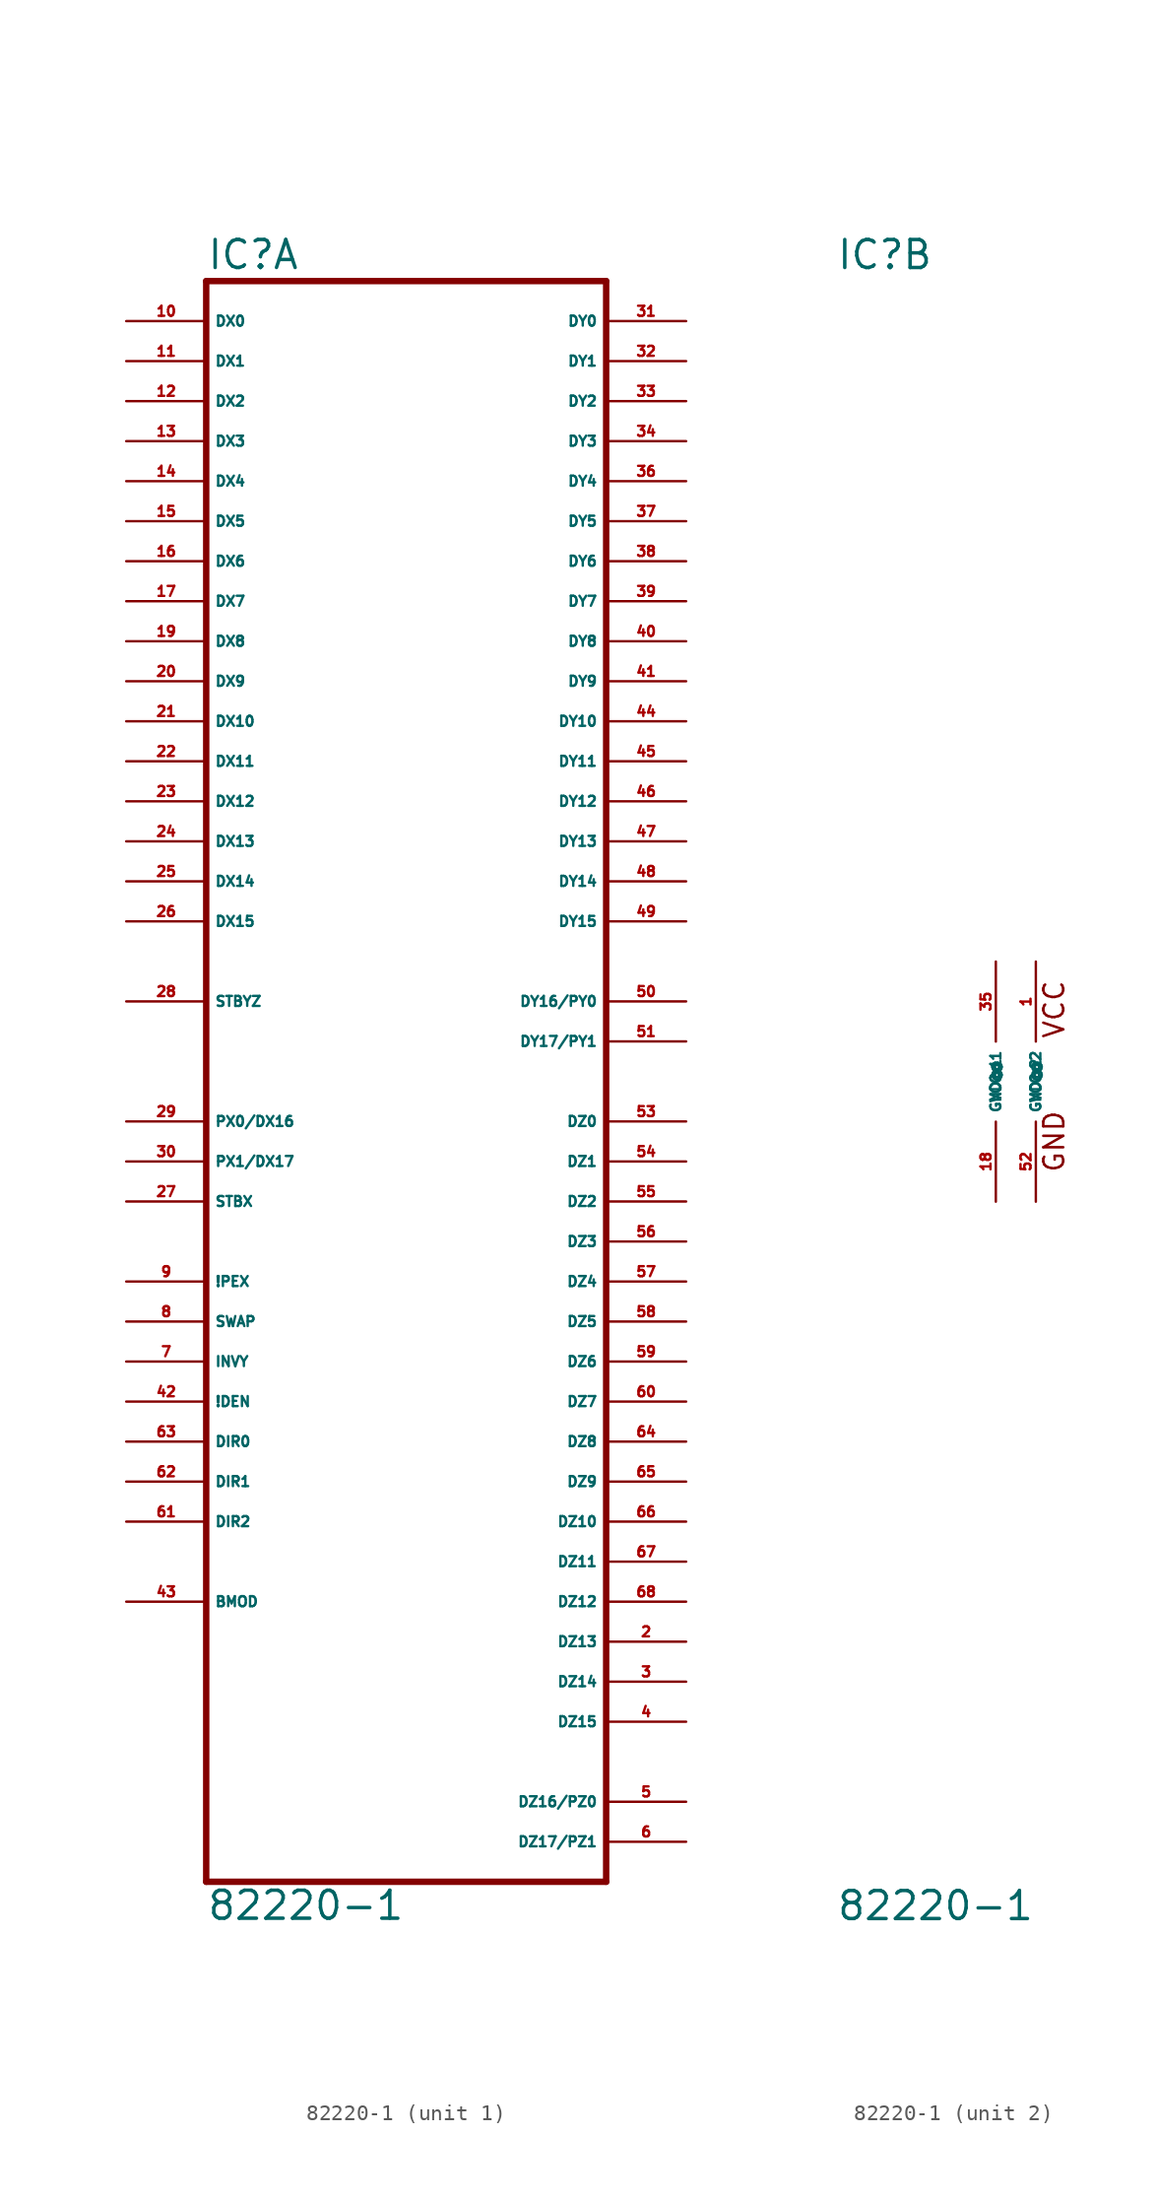
<source format=kicad_sym>
(kicad_symbol_lib
  (version 20220914)
  (generator Eagle2Kicad)
  (symbol "82220-1"
    (property "Reference" "IC"
      (at -12.7 51.435 0)
      (effects (font (size 1.778 1.778) (thickness 0.22)) (justify left bottom)))
    (property "Value" "82220-1"
      (at -12.7 -53.34 0)
      (effects (font (size 1.778 1.778) (thickness 0.22)) (justify left bottom)))
    (symbol "82220-1_1_0"
      (polyline (pts (xy 12.7 -50.8) (xy -12.7 -50.8)) (stroke (width 0.406) (type default)) (fill (type none)))
      (polyline (pts (xy -12.7 -50.8) (xy -12.7 50.8)) (stroke (width 0.406) (type default)) (fill (type none)))
      (polyline (pts (xy -12.7 50.8) (xy 12.7 50.8)) (stroke (width 0.406) (type default)) (fill (type none)))
      (polyline (pts (xy 12.7 50.8) (xy 12.7 -50.8)) (stroke (width 0.406) (type default)) (fill (type none)))
      (pin bidirectional line (at -17.78 48.26 0) (length 5.08) (name "DX0" (effects (font (size 0.635 0.635) (thickness 0.08)) (justify left bottom))) (number "10" (effects (font (size 0.635 0.635) (thickness 0.08)) (justify left bottom))))
      (pin bidirectional line (at -17.78 45.72 0) (length 5.08) (name "DX1" (effects (font (size 0.635 0.635) (thickness 0.08)) (justify left bottom))) (number "11" (effects (font (size 0.635 0.635) (thickness 0.08)) (justify left bottom))))
      (pin bidirectional line (at -17.78 43.18 0) (length 5.08) (name "DX2" (effects (font (size 0.635 0.635) (thickness 0.08)) (justify left bottom))) (number "12" (effects (font (size 0.635 0.635) (thickness 0.08)) (justify left bottom))))
      (pin bidirectional line (at -17.78 40.64 0) (length 5.08) (name "DX3" (effects (font (size 0.635 0.635) (thickness 0.08)) (justify left bottom))) (number "13" (effects (font (size 0.635 0.635) (thickness 0.08)) (justify left bottom))))
      (pin bidirectional line (at -17.78 38.1 0) (length 5.08) (name "DX4" (effects (font (size 0.635 0.635) (thickness 0.08)) (justify left bottom))) (number "14" (effects (font (size 0.635 0.635) (thickness 0.08)) (justify left bottom))))
      (pin bidirectional line (at -17.78 35.56 0) (length 5.08) (name "DX5" (effects (font (size 0.635 0.635) (thickness 0.08)) (justify left bottom))) (number "15" (effects (font (size 0.635 0.635) (thickness 0.08)) (justify left bottom))))
      (pin bidirectional line (at -17.78 33.02 0) (length 5.08) (name "DX6" (effects (font (size 0.635 0.635) (thickness 0.08)) (justify left bottom))) (number "16" (effects (font (size 0.635 0.635) (thickness 0.08)) (justify left bottom))))
      (pin bidirectional line (at -17.78 30.48 0) (length 5.08) (name "DX7" (effects (font (size 0.635 0.635) (thickness 0.08)) (justify left bottom))) (number "17" (effects (font (size 0.635 0.635) (thickness 0.08)) (justify left bottom))))
      (pin bidirectional line (at -17.78 27.94 0) (length 5.08) (name "DX8" (effects (font (size 0.635 0.635) (thickness 0.08)) (justify left bottom))) (number "19" (effects (font (size 0.635 0.635) (thickness 0.08)) (justify left bottom))))
      (pin bidirectional line (at -17.78 25.4 0) (length 5.08) (name "DX9" (effects (font (size 0.635 0.635) (thickness 0.08)) (justify left bottom))) (number "20" (effects (font (size 0.635 0.635) (thickness 0.08)) (justify left bottom))))
      (pin bidirectional line (at -17.78 22.86 0) (length 5.08) (name "DX10" (effects (font (size 0.635 0.635) (thickness 0.08)) (justify left bottom))) (number "21" (effects (font (size 0.635 0.635) (thickness 0.08)) (justify left bottom))))
      (pin bidirectional line (at -17.78 20.32 0) (length 5.08) (name "DX11" (effects (font (size 0.635 0.635) (thickness 0.08)) (justify left bottom))) (number "22" (effects (font (size 0.635 0.635) (thickness 0.08)) (justify left bottom))))
      (pin bidirectional line (at -17.78 17.78 0) (length 5.08) (name "DX12" (effects (font (size 0.635 0.635) (thickness 0.08)) (justify left bottom))) (number "23" (effects (font (size 0.635 0.635) (thickness 0.08)) (justify left bottom))))
      (pin bidirectional line (at -17.78 15.24 0) (length 5.08) (name "DX13" (effects (font (size 0.635 0.635) (thickness 0.08)) (justify left bottom))) (number "24" (effects (font (size 0.635 0.635) (thickness 0.08)) (justify left bottom))))
      (pin bidirectional line (at -17.78 12.7 0) (length 5.08) (name "DX14" (effects (font (size 0.635 0.635) (thickness 0.08)) (justify left bottom))) (number "25" (effects (font (size 0.635 0.635) (thickness 0.08)) (justify left bottom))))
      (pin bidirectional line (at -17.78 10.16 0) (length 5.08) (name "DX15" (effects (font (size 0.635 0.635) (thickness 0.08)) (justify left bottom))) (number "26" (effects (font (size 0.635 0.635) (thickness 0.08)) (justify left bottom))))
      (pin bidirectional line (at -17.78 -2.54 0) (length 5.08) (name "PX0/DX16" (effects (font (size 0.635 0.635) (thickness 0.08)) (justify left bottom))) (number "29" (effects (font (size 0.635 0.635) (thickness 0.08)) (justify left bottom))))
      (pin bidirectional line (at -17.78 -5.08 0) (length 5.08) (name "PX1/DX17" (effects (font (size 0.635 0.635) (thickness 0.08)) (justify left bottom))) (number "30" (effects (font (size 0.635 0.635) (thickness 0.08)) (justify left bottom))))
      (pin input line (at -17.78 -7.62 0) (length 5.08) (name "STBX" (effects (font (size 0.635 0.635) (thickness 0.08)) (justify left bottom))) (number "27" (effects (font (size 0.635 0.635) (thickness 0.08)) (justify left bottom))))
      (pin input line (at -17.78 -12.7 0) (length 5.08) (name "!PEX" (effects (font (size 0.635 0.635) (thickness 0.08)) (justify left bottom))) (number "9" (effects (font (size 0.635 0.635) (thickness 0.08)) (justify left bottom))))
      (pin input line (at -17.78 -15.24 0) (length 5.08) (name "SWAP" (effects (font (size 0.635 0.635) (thickness 0.08)) (justify left bottom))) (number "8" (effects (font (size 0.635 0.635) (thickness 0.08)) (justify left bottom))))
      (pin input line (at -17.78 -17.78 0) (length 5.08) (name "INVY" (effects (font (size 0.635 0.635) (thickness 0.08)) (justify left bottom))) (number "7" (effects (font (size 0.635 0.635) (thickness 0.08)) (justify left bottom))))
      (pin input line (at -17.78 -20.32 0) (length 5.08) (name "!DEN" (effects (font (size 0.635 0.635) (thickness 0.08)) (justify left bottom))) (number "42" (effects (font (size 0.635 0.635) (thickness 0.08)) (justify left bottom))))
      (pin input line (at -17.78 -22.86 0) (length 5.08) (name "DIR0" (effects (font (size 0.635 0.635) (thickness 0.08)) (justify left bottom))) (number "63" (effects (font (size 0.635 0.635) (thickness 0.08)) (justify left bottom))))
      (pin input line (at -17.78 -25.4 0) (length 5.08) (name "DIR1" (effects (font (size 0.635 0.635) (thickness 0.08)) (justify left bottom))) (number "62" (effects (font (size 0.635 0.635) (thickness 0.08)) (justify left bottom))))
      (pin input line (at -17.78 -27.94 0) (length 5.08) (name "DIR2" (effects (font (size 0.635 0.635) (thickness 0.08)) (justify left bottom))) (number "61" (effects (font (size 0.635 0.635) (thickness 0.08)) (justify left bottom))))
      (pin bidirectional line (at 17.78 48.26 180) (length 5.08) (name "DY0" (effects (font (size 0.635 0.635) (thickness 0.08)) (justify left bottom))) (number "31" (effects (font (size 0.635 0.635) (thickness 0.08)) (justify left bottom))))
      (pin bidirectional line (at 17.78 45.72 180) (length 5.08) (name "DY1" (effects (font (size 0.635 0.635) (thickness 0.08)) (justify left bottom))) (number "32" (effects (font (size 0.635 0.635) (thickness 0.08)) (justify left bottom))))
      (pin bidirectional line (at 17.78 43.18 180) (length 5.08) (name "DY2" (effects (font (size 0.635 0.635) (thickness 0.08)) (justify left bottom))) (number "33" (effects (font (size 0.635 0.635) (thickness 0.08)) (justify left bottom))))
      (pin bidirectional line (at 17.78 40.64 180) (length 5.08) (name "DY3" (effects (font (size 0.635 0.635) (thickness 0.08)) (justify left bottom))) (number "34" (effects (font (size 0.635 0.635) (thickness 0.08)) (justify left bottom))))
      (pin bidirectional line (at 17.78 38.1 180) (length 5.08) (name "DY4" (effects (font (size 0.635 0.635) (thickness 0.08)) (justify left bottom))) (number "36" (effects (font (size 0.635 0.635) (thickness 0.08)) (justify left bottom))))
      (pin bidirectional line (at 17.78 35.56 180) (length 5.08) (name "DY5" (effects (font (size 0.635 0.635) (thickness 0.08)) (justify left bottom))) (number "37" (effects (font (size 0.635 0.635) (thickness 0.08)) (justify left bottom))))
      (pin bidirectional line (at 17.78 33.02 180) (length 5.08) (name "DY6" (effects (font (size 0.635 0.635) (thickness 0.08)) (justify left bottom))) (number "38" (effects (font (size 0.635 0.635) (thickness 0.08)) (justify left bottom))))
      (pin bidirectional line (at 17.78 30.48 180) (length 5.08) (name "DY7" (effects (font (size 0.635 0.635) (thickness 0.08)) (justify left bottom))) (number "39" (effects (font (size 0.635 0.635) (thickness 0.08)) (justify left bottom))))
      (pin bidirectional line (at 17.78 27.94 180) (length 5.08) (name "DY8" (effects (font (size 0.635 0.635) (thickness 0.08)) (justify left bottom))) (number "40" (effects (font (size 0.635 0.635) (thickness 0.08)) (justify left bottom))))
      (pin bidirectional line (at 17.78 25.4 180) (length 5.08) (name "DY9" (effects (font (size 0.635 0.635) (thickness 0.08)) (justify left bottom))) (number "41" (effects (font (size 0.635 0.635) (thickness 0.08)) (justify left bottom))))
      (pin bidirectional line (at 17.78 22.86 180) (length 5.08) (name "DY10" (effects (font (size 0.635 0.635) (thickness 0.08)) (justify left bottom))) (number "44" (effects (font (size 0.635 0.635) (thickness 0.08)) (justify left bottom))))
      (pin bidirectional line (at 17.78 20.32 180) (length 5.08) (name "DY11" (effects (font (size 0.635 0.635) (thickness 0.08)) (justify left bottom))) (number "45" (effects (font (size 0.635 0.635) (thickness 0.08)) (justify left bottom))))
      (pin bidirectional line (at 17.78 17.78 180) (length 5.08) (name "DY12" (effects (font (size 0.635 0.635) (thickness 0.08)) (justify left bottom))) (number "46" (effects (font (size 0.635 0.635) (thickness 0.08)) (justify left bottom))))
      (pin bidirectional line (at 17.78 15.24 180) (length 5.08) (name "DY13" (effects (font (size 0.635 0.635) (thickness 0.08)) (justify left bottom))) (number "47" (effects (font (size 0.635 0.635) (thickness 0.08)) (justify left bottom))))
      (pin bidirectional line (at 17.78 12.7 180) (length 5.08) (name "DY14" (effects (font (size 0.635 0.635) (thickness 0.08)) (justify left bottom))) (number "48" (effects (font (size 0.635 0.635) (thickness 0.08)) (justify left bottom))))
      (pin bidirectional line (at 17.78 10.16 180) (length 5.08) (name "DY15" (effects (font (size 0.635 0.635) (thickness 0.08)) (justify left bottom))) (number "49" (effects (font (size 0.635 0.635) (thickness 0.08)) (justify left bottom))))
      (pin bidirectional line (at 17.78 5.08 180) (length 5.08) (name "DY16/PY0" (effects (font (size 0.635 0.635) (thickness 0.08)) (justify left bottom))) (number "50" (effects (font (size 0.635 0.635) (thickness 0.08)) (justify left bottom))))
      (pin bidirectional line (at 17.78 2.54 180) (length 5.08) (name "DY17/PY1" (effects (font (size 0.635 0.635) (thickness 0.08)) (justify left bottom))) (number "51" (effects (font (size 0.635 0.635) (thickness 0.08)) (justify left bottom))))
      (pin input line (at -17.78 5.08 0) (length 5.08) (name "STBYZ" (effects (font (size 0.635 0.635) (thickness 0.08)) (justify left bottom))) (number "28" (effects (font (size 0.635 0.635) (thickness 0.08)) (justify left bottom))))
      (pin bidirectional line (at 17.78 -2.54 180) (length 5.08) (name "DZ0" (effects (font (size 0.635 0.635) (thickness 0.08)) (justify left bottom))) (number "53" (effects (font (size 0.635 0.635) (thickness 0.08)) (justify left bottom))))
      (pin bidirectional line (at 17.78 -5.08 180) (length 5.08) (name "DZ1" (effects (font (size 0.635 0.635) (thickness 0.08)) (justify left bottom))) (number "54" (effects (font (size 0.635 0.635) (thickness 0.08)) (justify left bottom))))
      (pin bidirectional line (at 17.78 -7.62 180) (length 5.08) (name "DZ2" (effects (font (size 0.635 0.635) (thickness 0.08)) (justify left bottom))) (number "55" (effects (font (size 0.635 0.635) (thickness 0.08)) (justify left bottom))))
      (pin bidirectional line (at 17.78 -10.16 180) (length 5.08) (name "DZ3" (effects (font (size 0.635 0.635) (thickness 0.08)) (justify left bottom))) (number "56" (effects (font (size 0.635 0.635) (thickness 0.08)) (justify left bottom))))
      (pin bidirectional line (at 17.78 -12.7 180) (length 5.08) (name "DZ4" (effects (font (size 0.635 0.635) (thickness 0.08)) (justify left bottom))) (number "57" (effects (font (size 0.635 0.635) (thickness 0.08)) (justify left bottom))))
      (pin bidirectional line (at 17.78 -15.24 180) (length 5.08) (name "DZ5" (effects (font (size 0.635 0.635) (thickness 0.08)) (justify left bottom))) (number "58" (effects (font (size 0.635 0.635) (thickness 0.08)) (justify left bottom))))
      (pin bidirectional line (at 17.78 -17.78 180) (length 5.08) (name "DZ6" (effects (font (size 0.635 0.635) (thickness 0.08)) (justify left bottom))) (number "59" (effects (font (size 0.635 0.635) (thickness 0.08)) (justify left bottom))))
      (pin bidirectional line (at 17.78 -20.32 180) (length 5.08) (name "DZ7" (effects (font (size 0.635 0.635) (thickness 0.08)) (justify left bottom))) (number "60" (effects (font (size 0.635 0.635) (thickness 0.08)) (justify left bottom))))
      (pin bidirectional line (at 17.78 -22.86 180) (length 5.08) (name "DZ8" (effects (font (size 0.635 0.635) (thickness 0.08)) (justify left bottom))) (number "64" (effects (font (size 0.635 0.635) (thickness 0.08)) (justify left bottom))))
      (pin bidirectional line (at 17.78 -25.4 180) (length 5.08) (name "DZ9" (effects (font (size 0.635 0.635) (thickness 0.08)) (justify left bottom))) (number "65" (effects (font (size 0.635 0.635) (thickness 0.08)) (justify left bottom))))
      (pin bidirectional line (at 17.78 -27.94 180) (length 5.08) (name "DZ10" (effects (font (size 0.635 0.635) (thickness 0.08)) (justify left bottom))) (number "66" (effects (font (size 0.635 0.635) (thickness 0.08)) (justify left bottom))))
      (pin bidirectional line (at 17.78 -30.48 180) (length 5.08) (name "DZ11" (effects (font (size 0.635 0.635) (thickness 0.08)) (justify left bottom))) (number "67" (effects (font (size 0.635 0.635) (thickness 0.08)) (justify left bottom))))
      (pin bidirectional line (at 17.78 -33.02 180) (length 5.08) (name "DZ12" (effects (font (size 0.635 0.635) (thickness 0.08)) (justify left bottom))) (number "68" (effects (font (size 0.635 0.635) (thickness 0.08)) (justify left bottom))))
      (pin bidirectional line (at 17.78 -35.56 180) (length 5.08) (name "DZ13" (effects (font (size 0.635 0.635) (thickness 0.08)) (justify left bottom))) (number "2" (effects (font (size 0.635 0.635) (thickness 0.08)) (justify left bottom))))
      (pin bidirectional line (at 17.78 -38.1 180) (length 5.08) (name "DZ14" (effects (font (size 0.635 0.635) (thickness 0.08)) (justify left bottom))) (number "3" (effects (font (size 0.635 0.635) (thickness 0.08)) (justify left bottom))))
      (pin bidirectional line (at 17.78 -40.64 180) (length 5.08) (name "DZ15" (effects (font (size 0.635 0.635) (thickness 0.08)) (justify left bottom))) (number "4" (effects (font (size 0.635 0.635) (thickness 0.08)) (justify left bottom))))
      (pin bidirectional line (at 17.78 -45.72 180) (length 5.08) (name "DZ16/PZ0" (effects (font (size 0.635 0.635) (thickness 0.08)) (justify left bottom))) (number "5" (effects (font (size 0.635 0.635) (thickness 0.08)) (justify left bottom))))
      (pin bidirectional line (at 17.78 -48.26 180) (length 5.08) (name "DZ17/PZ1" (effects (font (size 0.635 0.635) (thickness 0.08)) (justify left bottom))) (number "6" (effects (font (size 0.635 0.635) (thickness 0.08)) (justify left bottom))))
      (pin input line (at -17.78 -33.02 0) (length 5.08) (name "BMOD" (effects (font (size 0.635 0.635) (thickness 0.08)) (justify left bottom))) (number "43" (effects (font (size 0.635 0.635) (thickness 0.08)) (justify left bottom)))))
    (symbol "82220-1_2_0"
      (text "VCC" (at 1.905 2.667 900) (effects (font (size 1.27 1.27) (thickness 0.16)) (justify left bottom)))
      (text "GND" (at 1.905 -5.842 900) (effects (font (size 1.27 1.27) (thickness 0.16)) (justify left bottom)))
      (pin unspecified line (at -2.54 -7.62 90) (length 5.08) (name "GND@1" (effects (font (size 0.635 0.635) (thickness 0.08)) (justify left bottom))) (number "18" (effects (font (size 0.635 0.635) (thickness 0.08)) (justify left bottom))))
      (pin unspecified line (at 0 -7.62 90) (length 5.08) (name "GND@2" (effects (font (size 0.635 0.635) (thickness 0.08)) (justify left bottom))) (number "52" (effects (font (size 0.635 0.635) (thickness 0.08)) (justify left bottom))))
      (pin unspecified line (at -2.54 7.62 270) (length 5.08) (name "VCC@1" (effects (font (size 0.635 0.635) (thickness 0.08)) (justify left bottom))) (number "35" (effects (font (size 0.635 0.635) (thickness 0.08)) (justify left bottom))))
      (pin unspecified line (at 0 7.62 270) (length 5.08) (name "VCC@2" (effects (font (size 0.635 0.635) (thickness 0.08)) (justify left bottom))) (number "1" (effects (font (size 0.635 0.635) (thickness 0.08)) (justify left bottom)))))))
</source>
